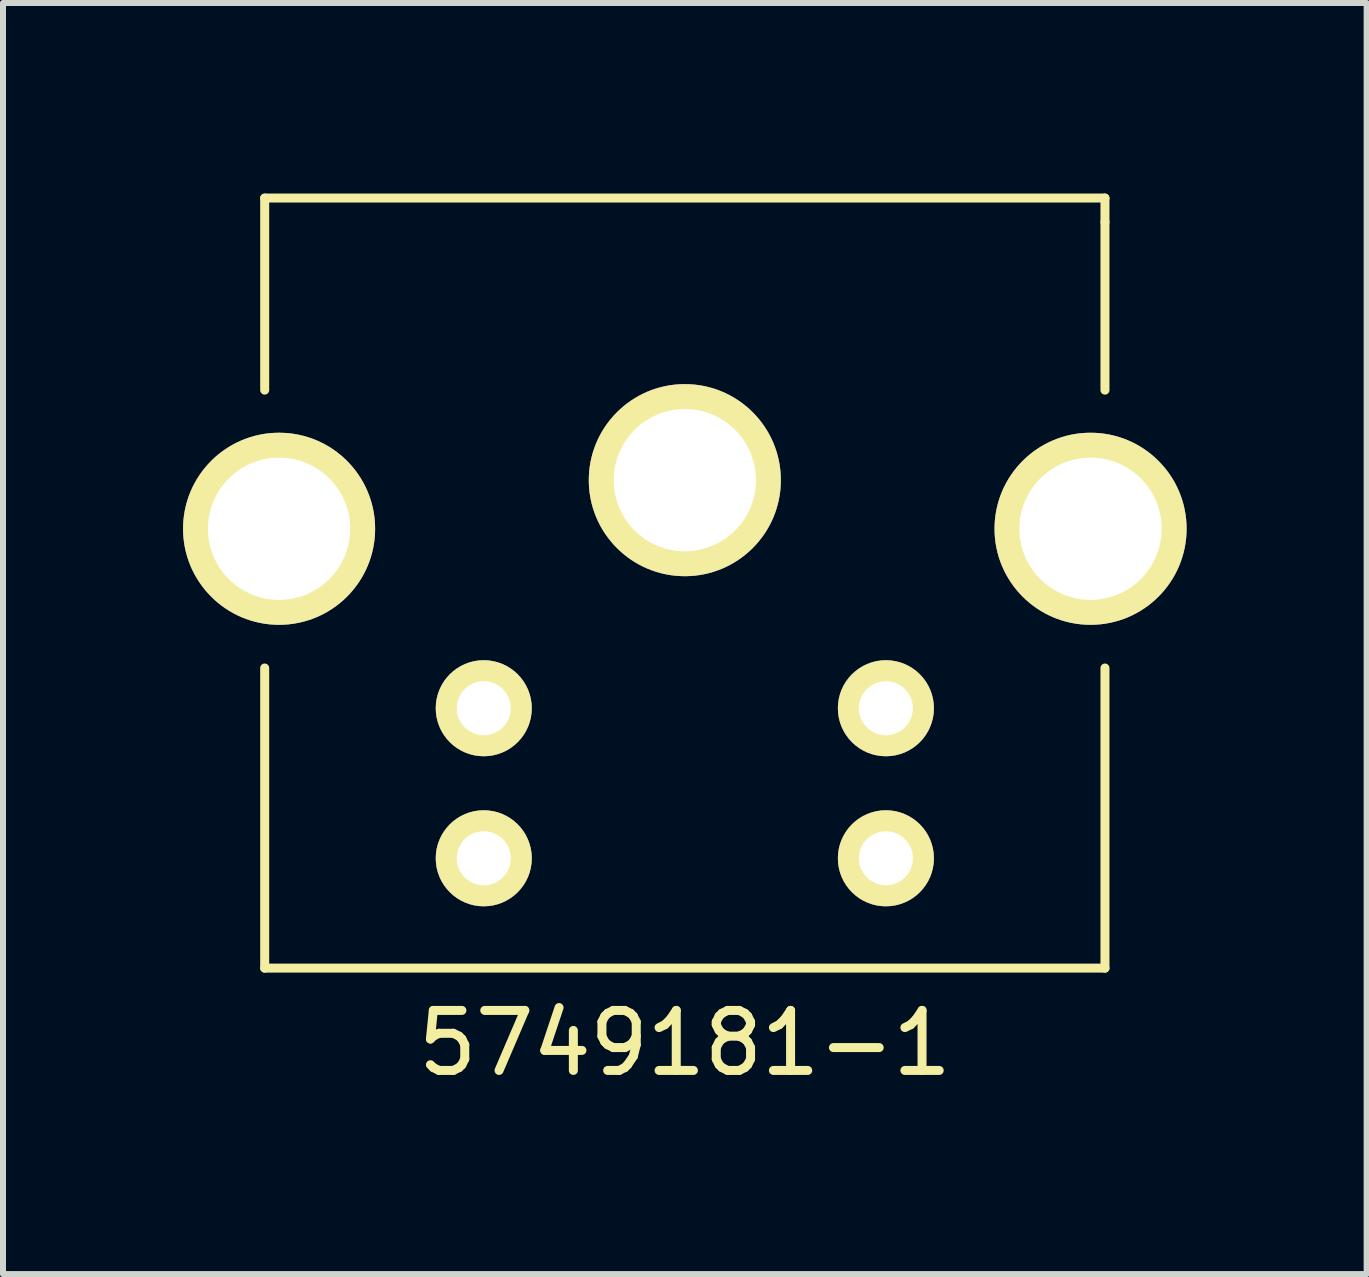
<source format=kicad_pcb>
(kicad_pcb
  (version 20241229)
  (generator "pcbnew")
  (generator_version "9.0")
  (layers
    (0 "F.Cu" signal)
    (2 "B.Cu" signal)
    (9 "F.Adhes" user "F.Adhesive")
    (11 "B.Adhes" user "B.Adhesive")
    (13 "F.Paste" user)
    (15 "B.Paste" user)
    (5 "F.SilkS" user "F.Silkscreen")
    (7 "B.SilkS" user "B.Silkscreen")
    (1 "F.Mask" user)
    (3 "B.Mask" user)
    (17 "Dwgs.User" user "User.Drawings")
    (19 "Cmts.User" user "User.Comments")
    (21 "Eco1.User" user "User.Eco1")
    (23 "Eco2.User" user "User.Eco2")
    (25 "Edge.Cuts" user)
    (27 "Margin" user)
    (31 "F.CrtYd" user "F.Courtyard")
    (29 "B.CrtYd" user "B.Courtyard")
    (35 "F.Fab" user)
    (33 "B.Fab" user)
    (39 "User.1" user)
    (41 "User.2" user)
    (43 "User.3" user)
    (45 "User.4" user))
  (footprint "5749181-1"
    (layer "F.Cu")
    (at 8.36 0.25)
    (property "Reference" "5749181-1" (at 0 14.08 0) (layer "F.SilkS") (effects (font (size 1 1) (thickness 0.15))))
    (attr through_hole)
    (fp_line (start -7 0) (end -7 3.2) (stroke (width 0.15) (type solid)) (layer "F.SilkS"))
    (fp_line (start -7 12.83) (end -7 7.83) (stroke (width 0.15) (type solid)) (layer "F.SilkS"))
    (fp_line (start -7 12.83) (end 7 12.83) (stroke (width 0.15) (type solid)) (layer "F.SilkS"))
    (fp_line (start 7 0) (end -7 0) (stroke (width 0.15) (type solid)) (layer "F.SilkS"))
    (fp_line (start 7 0.4) (end 7 0) (stroke (width 0.15) (type solid)) (layer "F.SilkS"))
    (fp_line (start 7 0.4) (end 7 3.2) (stroke (width 0.15) (type solid)) (layer "F.SilkS"))
    (fp_line (start 7 12.83) (end 7 7.83) (stroke (width 0.15) (type solid)) (layer "F.SilkS"))
    (pad "1" thru_hole circle (at -3.35 8.5) (size 1.6 1.6) (drill 0.9) (layers "*.Cu" "*.Mask" "F.SilkS"))
    (pad "2" thru_hole circle (at 3.35 8.5) (size 1.6 1.6) (drill 0.9) (layers "*.Cu" "*.Mask" "F.SilkS"))
    (pad "3" thru_hole circle (at -3.35 11) (size 1.6 1.6) (drill 0.9) (layers "*.Cu" "*.Mask" "F.SilkS"))
    (pad "4" thru_hole circle (at 3.35 11) (size 1.6 1.6) (drill 0.9) (layers "*.Cu" "*.Mask" "F.SilkS"))
    (pad "5" thru_hole circle (at -6.76 5.51) (size 3.2 3.2) (drill 2.37) (layers "*.Cu" "*.Mask" "F.SilkS"))
    (pad "5" thru_hole circle (at 0 4.7) (size 3.2 3.2) (drill 2.37) (layers "*.Cu" "*.Mask" "F.SilkS"))
    (pad "5" thru_hole circle (at 6.76 5.51) (size 3.2 3.2) (drill 2.37) (layers "*.Cu" "*.Mask" "F.SilkS")))
  (gr_rect
    (start -3 -3)
    (end 19.72 18.178)
    (stroke (width 0.1) (type default))
    (fill no)
    (layer "Edge.Cuts")))
</source>
